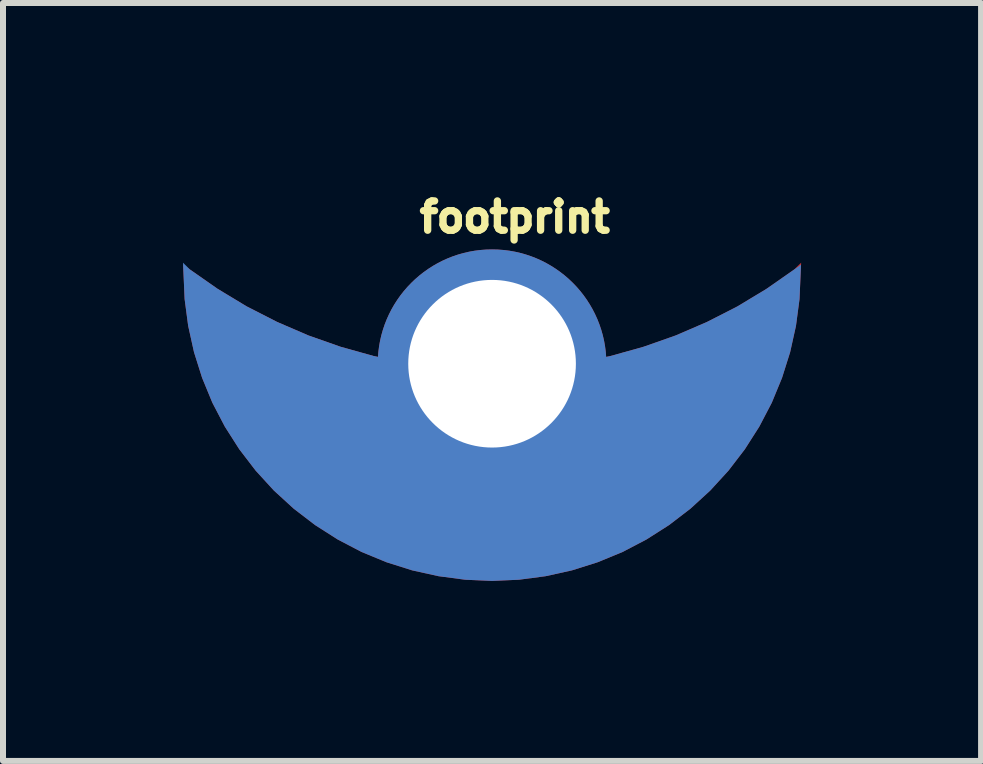
<source format=kicad_pcb>
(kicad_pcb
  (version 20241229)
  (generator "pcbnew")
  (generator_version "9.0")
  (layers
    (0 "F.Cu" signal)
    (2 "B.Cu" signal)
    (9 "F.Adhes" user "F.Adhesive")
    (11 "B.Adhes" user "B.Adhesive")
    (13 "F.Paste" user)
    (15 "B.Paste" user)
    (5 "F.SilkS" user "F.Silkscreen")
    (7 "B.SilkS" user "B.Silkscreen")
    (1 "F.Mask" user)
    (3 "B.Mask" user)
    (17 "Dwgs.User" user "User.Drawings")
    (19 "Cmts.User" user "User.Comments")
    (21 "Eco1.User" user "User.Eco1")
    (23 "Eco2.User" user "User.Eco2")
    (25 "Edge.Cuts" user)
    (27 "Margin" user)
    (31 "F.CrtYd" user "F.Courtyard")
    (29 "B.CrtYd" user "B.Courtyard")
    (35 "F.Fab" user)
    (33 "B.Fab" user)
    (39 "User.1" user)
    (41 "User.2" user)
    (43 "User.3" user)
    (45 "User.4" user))
  (footprint "footprint"
    (layer "F.Cu")
    (at 5.151 5.298)
    (property "Reference" "footprint" (at -1.27 -4.445 0) (layer "F.SilkS") (effects (font (size 0.488 0.488) (thickness 0.122)) (justify left bottom)))
    (fp_line (start 0 -2.54) (end 0 0) (stroke (width 1.524) (type solid)) (layer "F.Cu"))
    (fp_poly (pts (xy 5.124 -3.362) (xy 5.065 -2.917) (xy 4.968 -2.479) (xy 4.833 -2.051) (xy 4.662 -1.636) (xy 4.454 -1.238) (xy 4.213 -0.86) (xy 3.94 -0.504) (xy 3.637 -0.173) (xy 3.306 0.13) (xy 2.95 0.403) (xy 2.572 0.644) (xy 2.174 0.852) (xy 1.759 1.023) (xy 1.331 1.158) (xy 0.893 1.255) (xy 0.448 1.314) (xy 0 1.334) (xy -0.448 1.314) (xy -0.893 1.255) (xy -1.331 1.158) (xy -1.759 1.023) (xy -2.174 0.852) (xy -2.572 0.644) (xy -2.95 0.403) (xy -3.306 0.13) (xy -3.637 -0.173) (xy -3.94 -0.504) (xy -4.213 -0.86) (xy -4.454 -1.238) (xy -4.662 -1.636) (xy -4.833 -2.051) (xy -4.968 -2.479) (xy -5.065 -2.917) (xy -5.124 -3.362) (xy -5.149 -3.936) (xy -4.575 -3.535) (xy -4.088 -3.241) (xy -3.581 -2.982) (xy -3.059 -2.757) (xy -2.522 -2.568) (xy -1.974 -2.415) (xy -1.416 -2.3) (xy -0.852 -2.224) (xy -0.285 -2.185) (xy 0.285 -2.185) (xy 0.852 -2.224) (xy 1.416 -2.3) (xy 1.974 -2.415) (xy 2.522 -2.568) (xy 3.059 -2.757) (xy 3.581 -2.982) (xy 4.088 -3.241) (xy 4.575 -3.535) (xy 5.039 -3.859) (xy 5.151 -3.97)) (stroke (width 0) (type solid)) (fill yes) (layer "F.Cu"))
    (fp_poly (pts (xy 5.124 -3.362) (xy 5.065 -2.917) (xy 4.968 -2.479) (xy 4.833 -2.051) (xy 4.662 -1.636) (xy 4.454 -1.238) (xy 4.213 -0.86) (xy 3.94 -0.504) (xy 3.637 -0.173) (xy 3.306 0.13) (xy 2.95 0.403) (xy 2.572 0.644) (xy 2.174 0.852) (xy 1.759 1.023) (xy 1.331 1.158) (xy 0.893 1.255) (xy 0.448 1.314) (xy 0 1.334) (xy -0.448 1.314) (xy -0.893 1.255) (xy -1.331 1.158) (xy -1.759 1.023) (xy -2.174 0.852) (xy -2.572 0.644) (xy -2.95 0.403) (xy -3.306 0.13) (xy -3.637 -0.173) (xy -3.94 -0.504) (xy -4.213 -0.86) (xy -4.454 -1.238) (xy -4.662 -1.636) (xy -4.833 -2.051) (xy -4.968 -2.479) (xy -5.065 -2.917) (xy -5.124 -3.362) (xy -5.149 -3.936) (xy -4.575 -3.535) (xy -4.088 -3.241) (xy -3.581 -2.982) (xy -3.059 -2.757) (xy -2.522 -2.568) (xy -1.974 -2.415) (xy -1.416 -2.3) (xy -0.852 -2.224) (xy -0.285 -2.185) (xy 0.285 -2.185) (xy 0.852 -2.224) (xy 1.416 -2.3) (xy 1.974 -2.415) (xy 2.522 -2.568) (xy 3.059 -2.757) (xy 3.581 -2.982) (xy 4.088 -3.241) (xy 4.575 -3.535) (xy 5.039 -3.859) (xy 5.151 -3.97)) (stroke (width 0) (type solid)) (fill yes) (layer "F.Mask"))
    (fp_poly (pts (xy -5.039 -3.859) (xy -4.575 -3.535) (xy -4.088 -3.241) (xy -3.581 -2.982) (xy -3.059 -2.757) (xy -2.522 -2.568) (xy -1.974 -2.415) (xy -1.416 -2.3) (xy -0.852 -2.224) (xy -0.285 -2.185) (xy 0.285 -2.185) (xy 0.852 -2.224) (xy 1.416 -2.3) (xy 1.974 -2.415) (xy 2.522 -2.568) (xy 3.059 -2.757) (xy 3.581 -2.982) (xy 4.088 -3.241) (xy 4.575 -3.535) (xy 5.149 -3.936) (xy 5.124 -3.362) (xy 5.065 -2.917) (xy 4.968 -2.479) (xy 4.833 -2.051) (xy 4.662 -1.636) (xy 4.454 -1.238) (xy 4.213 -0.86) (xy 3.94 -0.504) (xy 3.637 -0.173) (xy 3.306 0.13) (xy 2.95 0.403) (xy 2.572 0.644) (xy 2.174 0.852) (xy 1.759 1.023) (xy 1.331 1.158) (xy 0.893 1.255) (xy 0.448 1.314) (xy 0 1.334) (xy -0.448 1.314) (xy -0.893 1.255) (xy -1.331 1.158) (xy -1.759 1.023) (xy -2.174 0.852) (xy -2.572 0.644) (xy -2.95 0.403) (xy -3.306 0.13) (xy -3.637 -0.173) (xy -3.94 -0.504) (xy -4.213 -0.86) (xy -4.454 -1.238) (xy -4.662 -1.636) (xy -4.833 -2.051) (xy -4.968 -2.479) (xy -5.065 -2.917) (xy -5.124 -3.362) (xy -5.151 -3.97)) (stroke (width 0) (type solid)) (fill yes) (layer "B.Cu"))
    (fp_poly (pts (xy -5.039 -3.859) (xy -4.575 -3.535) (xy -4.088 -3.241) (xy -3.581 -2.982) (xy -3.059 -2.757) (xy -2.522 -2.568) (xy -1.974 -2.415) (xy -1.416 -2.3) (xy -0.852 -2.224) (xy -0.285 -2.185) (xy 0.285 -2.185) (xy 0.852 -2.224) (xy 1.416 -2.3) (xy 1.974 -2.415) (xy 2.522 -2.568) (xy 3.059 -2.757) (xy 3.581 -2.982) (xy 4.088 -3.241) (xy 4.575 -3.535) (xy 5.149 -3.936) (xy 5.124 -3.362) (xy 5.065 -2.917) (xy 4.968 -2.479) (xy 4.833 -2.051) (xy 4.662 -1.636) (xy 4.454 -1.238) (xy 4.213 -0.86) (xy 3.94 -0.504) (xy 3.637 -0.173) (xy 3.306 0.13) (xy 2.95 0.403) (xy 2.572 0.644) (xy 2.174 0.852) (xy 1.759 1.023) (xy 1.331 1.158) (xy 0.893 1.255) (xy 0.448 1.314) (xy 0 1.334) (xy -0.448 1.314) (xy -0.893 1.255) (xy -1.331 1.158) (xy -1.759 1.023) (xy -2.174 0.852) (xy -2.572 0.644) (xy -2.95 0.403) (xy -3.306 0.13) (xy -3.637 -0.173) (xy -3.94 -0.504) (xy -4.213 -0.86) (xy -4.454 -1.238) (xy -4.662 -1.636) (xy -4.833 -2.051) (xy -4.968 -2.479) (xy -5.065 -2.917) (xy -5.124 -3.362) (xy -5.151 -3.97)) (stroke (width 0) (type solid)) (fill yes) (layer "B.Mask"))
    (pad "" np_thru_hole circle (at 0 -2.286) (size 1.5 1.5) (drill 1.5) (layers "*.Cu" "*.Mask"))
    (pad "1" thru_hole circle (at 0 -2.286) (size 3.81 3.81) (drill 2.794) (layers "*.Cu" "*.Mask")))
  (gr_rect
    (start -3 -3)
    (end 13.301 9.632)
    (stroke (width 0.1) (type default))
    (fill no)
    (layer "Edge.Cuts")))
</source>
